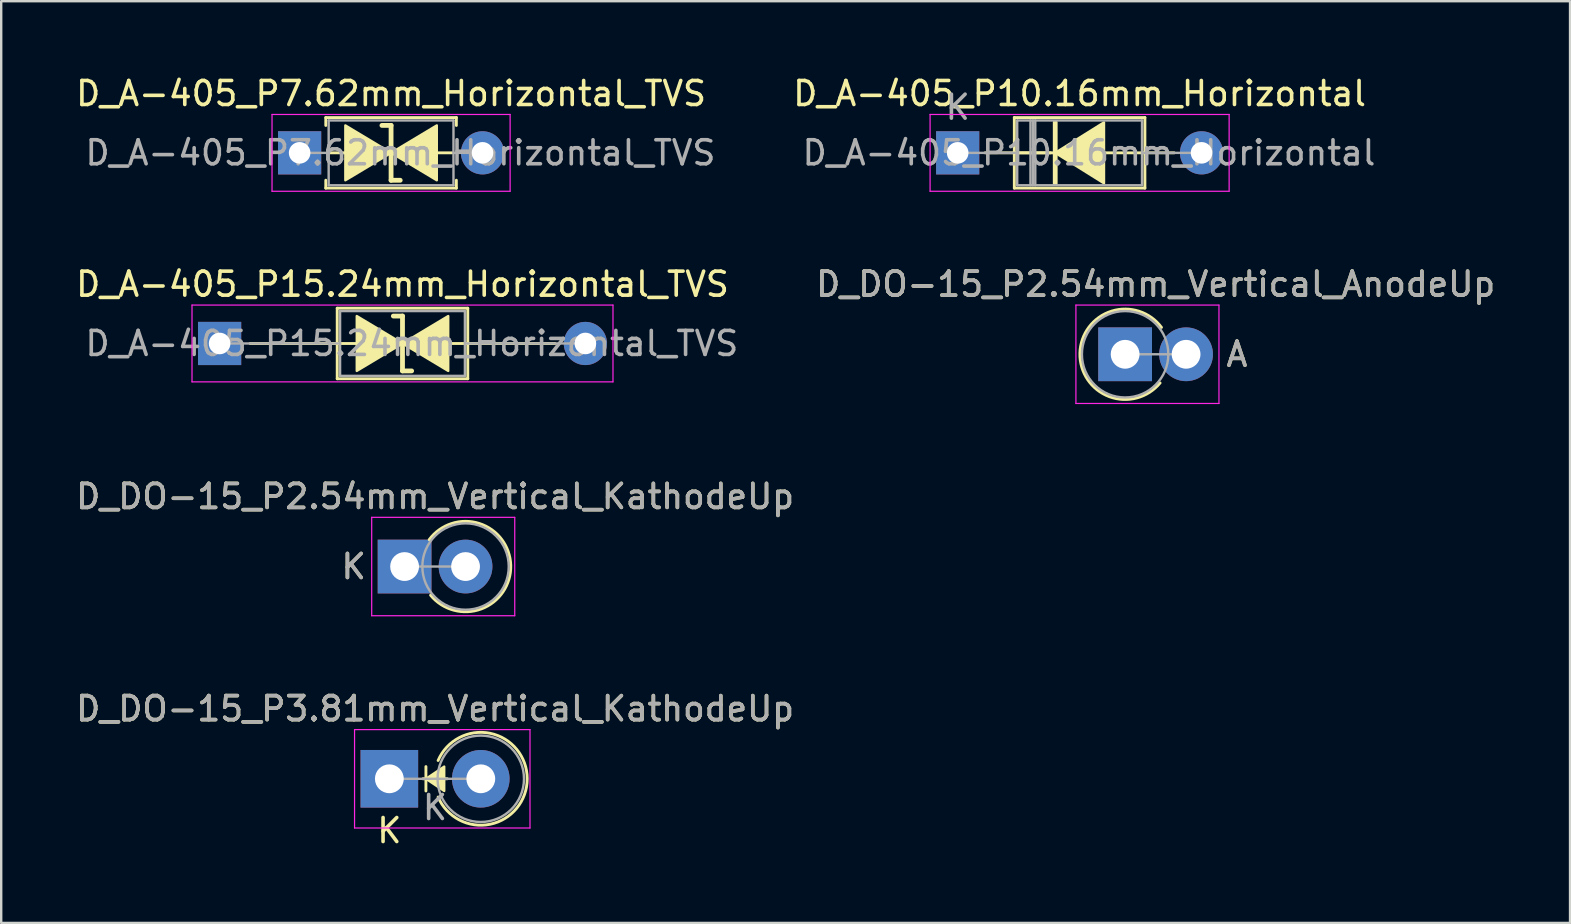
<source format=kicad_pcb>
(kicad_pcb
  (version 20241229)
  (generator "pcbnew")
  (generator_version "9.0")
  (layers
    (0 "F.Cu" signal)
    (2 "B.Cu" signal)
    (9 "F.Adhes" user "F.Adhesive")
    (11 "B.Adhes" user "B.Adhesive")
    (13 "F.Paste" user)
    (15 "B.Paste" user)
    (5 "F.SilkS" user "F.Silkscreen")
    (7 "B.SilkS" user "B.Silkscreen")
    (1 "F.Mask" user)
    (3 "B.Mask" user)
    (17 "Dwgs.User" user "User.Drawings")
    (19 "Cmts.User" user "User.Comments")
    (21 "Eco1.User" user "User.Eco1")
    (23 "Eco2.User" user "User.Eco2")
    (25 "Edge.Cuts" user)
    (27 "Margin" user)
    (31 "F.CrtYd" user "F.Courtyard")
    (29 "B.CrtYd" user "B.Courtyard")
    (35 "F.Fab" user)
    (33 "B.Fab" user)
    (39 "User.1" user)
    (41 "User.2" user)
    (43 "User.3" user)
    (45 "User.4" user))
  (footprint "D_DO-15_P2.54mm_Vertical_AnodeUp"
    (layer "F.Cu")
    (at 43.828 11.711)
    (property "Reference" "D_DO-15_P2.54mm_Vertical_AnodeUp" (at 1.27 -2.92 0) (layer "F.SilkS") (effects (font (size 1 1) (thickness 0.15))))
    (attr through_hole)
    (fp_arc (start 1.456371 1.194732) (mid -1.883124 -0.047368) (end 1.514596 -1.12) (stroke (width 0.12) (type solid)) (layer "F.SilkS"))
    (fp_line (start -2.05 -2.05) (end -2.05 2.05) (stroke (width 0.05) (type solid)) (layer "F.CrtYd"))
    (fp_line (start -2.05 2.05) (end 3.91 2.05) (stroke (width 0.05) (type solid)) (layer "F.CrtYd"))
    (fp_line (start 3.91 -2.05) (end -2.05 -2.05) (stroke (width 0.05) (type solid)) (layer "F.CrtYd"))
    (fp_line (start 3.91 2.05) (end 3.91 -2.05) (stroke (width 0.05) (type solid)) (layer "F.CrtYd"))
    (fp_line (start 0 0) (end 2.54 0) (stroke (width 0.1) (type solid)) (layer "F.Fab"))
    (fp_circle (center 0 0) (end 1.8 0) (stroke (width 0.1) (type solid)) (fill no) (layer "F.Fab"))
    (fp_text user "A" (at 4.66 0 0) (layer "F.SilkS") (effects (font (size 1 1) (thickness 0.15))))
    (fp_text user "A" (at 4.66 0 0) (layer "F.Fab") (effects (font (size 1 1) (thickness 0.15))))
    (fp_text user "${REFERENCE}" (at 1.27 -2.92 0) (layer "F.Fab") (effects (font (size 1 1) (thickness 0.15))))
    (pad "1" thru_hole rect (at 0 0) (size 2.24 2.24) (drill 1.2) (layers "*.Cu" "*.Mask"))
    (pad "2" thru_hole oval (at 2.54 0) (size 2.24 2.24) (drill 1.2) (layers "*.Cu" "*.Mask")))
  (footprint "D_A-405_P10.16mm_Horizontal"
    (layer "F.Cu")
    (at 36.852 3.318)
    (property "Reference" "D_A-405_P10.16mm_Horizontal" (at 5.08 -2.47 0) (layer "F.SilkS") (effects (font (size 1 1) (thickness 0.15))))
    (attr through_hole)
    (fp_line (start 1.14 0) (end 2.36 0) (stroke (width 0.12) (type solid)) (layer "F.SilkS"))
    (fp_line (start 2.36 -1.47) (end 2.36 1.47) (stroke (width 0.12) (type solid)) (layer "F.SilkS"))
    (fp_line (start 2.36 1.47) (end 7.8 1.47) (stroke (width 0.12) (type solid)) (layer "F.SilkS"))
    (fp_line (start 2.54 0) (end 4.064 0) (stroke (width 0.12) (type solid)) (layer "F.SilkS"))
    (fp_line (start 3.87 0) (end 2.36 0) (stroke (width 0.12) (type solid)) (layer "F.SilkS"))
    (fp_line (start 4.064 -1.27) (end 4.064 1.27) (stroke (width 0.2) (type solid)) (layer "F.SilkS"))
    (fp_line (start 7.8 -1.47) (end 2.36 -1.47) (stroke (width 0.12) (type solid)) (layer "F.SilkS"))
    (fp_line (start 7.8 0) (end 6.096 0) (stroke (width 0.12) (type solid)) (layer "F.SilkS"))
    (fp_line (start 7.8 1.47) (end 7.8 -1.47) (stroke (width 0.12) (type solid)) (layer "F.SilkS"))
    (fp_line (start 9.02 0) (end 7.8 0) (stroke (width 0.12) (type solid)) (layer "F.SilkS"))
    (fp_poly (pts (xy 6.096 1.27) (xy 4.064 0) (xy 6.096 -1.27)) (stroke (width 0.1) (type solid)) (fill yes) (layer "F.SilkS"))
    (fp_line (start -1.15 -1.6) (end -1.15 1.6) (stroke (width 0.05) (type solid)) (layer "F.CrtYd"))
    (fp_line (start -1.15 1.6) (end 11.31 1.6) (stroke (width 0.05) (type solid)) (layer "F.CrtYd"))
    (fp_line (start 11.31 -1.6) (end -1.15 -1.6) (stroke (width 0.05) (type solid)) (layer "F.CrtYd"))
    (fp_line (start 11.31 1.6) (end 11.31 -1.6) (stroke (width 0.05) (type solid)) (layer "F.CrtYd"))
    (fp_line (start 0 0) (end 2.48 0) (stroke (width 0.1) (type solid)) (layer "F.Fab"))
    (fp_line (start 2.48 -1.35) (end 2.48 1.35) (stroke (width 0.1) (type solid)) (layer "F.Fab"))
    (fp_line (start 2.48 1.35) (end 7.68 1.35) (stroke (width 0.1) (type solid)) (layer "F.Fab"))
    (fp_line (start 3.033 -1.35) (end 3.033 1.35) (stroke (width 0.1) (type solid)) (layer "F.Fab"))
    (fp_line (start 3.133 -1.35) (end 3.133 1.35) (stroke (width 0.1) (type solid)) (layer "F.Fab"))
    (fp_line (start 3.233 -1.35) (end 3.233 1.35) (stroke (width 0.1) (type solid)) (layer "F.Fab"))
    (fp_line (start 7.68 -1.35) (end 2.48 -1.35) (stroke (width 0.1) (type solid)) (layer "F.Fab"))
    (fp_line (start 7.68 1.35) (end 7.68 -1.35) (stroke (width 0.1) (type solid)) (layer "F.Fab"))
    (fp_line (start 10.16 0) (end 7.68 0) (stroke (width 0.1) (type solid)) (layer "F.Fab"))
    (fp_text user "K" (at 0 -1.9 0) (layer "F.Fab") (effects (font (size 1 1) (thickness 0.15))))
    (fp_text user "${REFERENCE}" (at 5.47 0 0) (layer "F.Fab") (effects (font (size 1 1) (thickness 0.15))))
    (pad "1" thru_hole rect (at 0 0) (size 1.8 1.8) (drill 0.9) (layers "*.Cu" "*.Mask"))
    (pad "2" thru_hole oval (at 10.16 0) (size 1.8 1.8) (drill 0.9) (layers "*.Cu" "*.Mask")))
  (footprint "D_DO-15_P2.54mm_Vertical_KathodeUp"
    (layer "F.Cu")
    (at 13.807 20.555)
    (property "Reference" "D_DO-15_P2.54mm_Vertical_KathodeUp" (at 1.27 -2.92 0) (layer "F.SilkS") (effects (font (size 1 1) (thickness 0.15))))
    (attr through_hole)
    (fp_arc (start 1.025404 -1.12) (mid 4.423124 -0.047368) (end 1.083629 1.194732) (stroke (width 0.12) (type solid)) (layer "F.SilkS"))
    (fp_line (start -1.37 -2.05) (end -1.37 2.05) (stroke (width 0.05) (type solid)) (layer "F.CrtYd"))
    (fp_line (start -1.37 2.05) (end 4.59 2.05) (stroke (width 0.05) (type solid)) (layer "F.CrtYd"))
    (fp_line (start 4.59 -2.05) (end -1.37 -2.05) (stroke (width 0.05) (type solid)) (layer "F.CrtYd"))
    (fp_line (start 4.59 2.05) (end 4.59 -2.05) (stroke (width 0.05) (type solid)) (layer "F.CrtYd"))
    (fp_line (start 0 0) (end 2.54 0) (stroke (width 0.1) (type solid)) (layer "F.Fab"))
    (fp_circle (center 2.54 0) (end 4.34 0) (stroke (width 0.1) (type solid)) (fill no) (layer "F.Fab"))
    (fp_text user "K" (at -2.12 0 0) (layer "F.SilkS") (effects (font (size 1 1) (thickness 0.15))))
    (fp_text user "${REFERENCE}" (at 1.27 -2.92 0) (layer "F.Fab") (effects (font (size 1 1) (thickness 0.15))))
    (fp_text user "K" (at -2.12 0 0) (layer "F.Fab") (effects (font (size 1 1) (thickness 0.15))))
    (pad "1" thru_hole rect (at 0 0) (size 2.24 2.24) (drill 1.2) (layers "*.Cu" "*.Mask"))
    (pad "2" thru_hole oval (at 2.54 0) (size 2.24 2.24) (drill 1.2) (layers "*.Cu" "*.Mask")))
  (footprint "D_A-405_P7.62mm_Horizontal_TVS"
    (layer "F.Cu")
    (at 9.434 3.318)
    (property "Reference" "D_A-405_P7.62mm_Horizontal_TVS" (at 3.81 -2.47 0) (layer "F.SilkS") (effects (font (size 1 1) (thickness 0.15))))
    (attr through_hole)
    (fp_line (start 1.09 -1.47) (end 6.53 -1.47) (stroke (width 0.12) (type solid)) (layer "F.SilkS"))
    (fp_line (start 1.09 -1.14) (end 1.09 -1.47) (stroke (width 0.12) (type solid)) (layer "F.SilkS"))
    (fp_line (start 1.09 1.14) (end 1.09 1.47) (stroke (width 0.12) (type solid)) (layer "F.SilkS"))
    (fp_line (start 1.09 1.47) (end 6.53 1.47) (stroke (width 0.12) (type solid)) (layer "F.SilkS"))
    (fp_line (start 1.27 0) (end 1.905 0) (stroke (width 0.12) (type solid)) (layer "F.SilkS"))
    (fp_line (start 3.81 -1.143) (end 3.429 -1.143) (stroke (width 0.2) (type solid)) (layer "F.SilkS"))
    (fp_line (start 3.81 1.143) (end 3.81 -1.143) (stroke (width 0.2) (type solid)) (layer "F.SilkS"))
    (fp_line (start 4.191 1.143) (end 3.81 1.143) (stroke (width 0.2) (type solid)) (layer "F.SilkS"))
    (fp_line (start 6.35 0) (end 5.715 0) (stroke (width 0.12) (type solid)) (layer "F.SilkS"))
    (fp_line (start 6.53 -1.47) (end 6.53 -1.14) (stroke (width 0.12) (type solid)) (layer "F.SilkS"))
    (fp_line (start 6.53 1.47) (end 6.53 1.14) (stroke (width 0.12) (type solid)) (layer "F.SilkS"))
    (fp_poly (pts (xy 3.81 0) (xy 1.905 1.143) (xy 1.905 -1.143)) (stroke (width 0.1) (type solid)) (fill yes) (layer "F.SilkS"))
    (fp_poly (pts (xy 3.81 0) (xy 5.715 -1.143) (xy 5.715 1.143)) (stroke (width 0.1) (type solid)) (fill yes) (layer "F.SilkS"))
    (fp_line (start -1.15 -1.6) (end -1.15 1.6) (stroke (width 0.05) (type solid)) (layer "F.CrtYd"))
    (fp_line (start -1.15 1.6) (end 8.77 1.6) (stroke (width 0.05) (type solid)) (layer "F.CrtYd"))
    (fp_line (start 8.77 -1.6) (end -1.15 -1.6) (stroke (width 0.05) (type solid)) (layer "F.CrtYd"))
    (fp_line (start 8.77 1.6) (end 8.77 -1.6) (stroke (width 0.05) (type solid)) (layer "F.CrtYd"))
    (fp_line (start 0 0) (end 1.21 0) (stroke (width 0.1) (type solid)) (layer "F.Fab"))
    (fp_line (start 1.21 -1.35) (end 1.21 1.35) (stroke (width 0.1) (type solid)) (layer "F.Fab"))
    (fp_line (start 1.21 1.35) (end 6.41 1.35) (stroke (width 0.1) (type solid)) (layer "F.Fab"))
    (fp_line (start 6.41 -1.35) (end 1.21 -1.35) (stroke (width 0.1) (type solid)) (layer "F.Fab"))
    (fp_line (start 6.41 1.35) (end 6.41 -1.35) (stroke (width 0.1) (type solid)) (layer "F.Fab"))
    (fp_line (start 7.62 0) (end 6.41 0) (stroke (width 0.1) (type solid)) (layer "F.Fab"))
    (fp_text user "${REFERENCE}" (at 4.2 0 0) (layer "F.Fab") (effects (font (size 1 1) (thickness 0.15))))
    (pad "1" thru_hole rect (at 0 0) (size 1.8 1.8) (drill 0.9) (layers "*.Cu" "*.Mask"))
    (pad "2" thru_hole oval (at 7.62 0) (size 1.8 1.8) (drill 0.9) (layers "*.Cu" "*.Mask")))
  (footprint "D_A-405_P15.24mm_Horizontal_TVS"
    (layer "F.Cu")
    (at 6.1 11.261)
    (property "Reference" "D_A-405_P15.24mm_Horizontal_TVS" (at 7.62 -2.47 0) (layer "F.SilkS") (effects (font (size 1 1) (thickness 0.15))))
    (attr through_hole)
    (fp_line (start 1.27 0) (end 4.9 0) (stroke (width 0.12) (type solid)) (layer "F.SilkS"))
    (fp_line (start 4.9 -1.47) (end 4.9 1.47) (stroke (width 0.12) (type solid)) (layer "F.SilkS"))
    (fp_line (start 4.9 0) (end 5.715 0) (stroke (width 0.12) (type solid)) (layer "F.SilkS"))
    (fp_line (start 4.9 1.47) (end 10.34 1.47) (stroke (width 0.12) (type solid)) (layer "F.SilkS"))
    (fp_line (start 7.62 -1.143) (end 7.239 -1.143) (stroke (width 0.2) (type solid)) (layer "F.SilkS"))
    (fp_line (start 7.62 1.143) (end 7.62 -1.143) (stroke (width 0.2) (type solid)) (layer "F.SilkS"))
    (fp_line (start 8.001 1.143) (end 7.62 1.143) (stroke (width 0.2) (type solid)) (layer "F.SilkS"))
    (fp_line (start 10.34 -1.47) (end 4.9 -1.47) (stroke (width 0.12) (type solid)) (layer "F.SilkS"))
    (fp_line (start 10.34 0) (end 9.525 0) (stroke (width 0.12) (type solid)) (layer "F.SilkS"))
    (fp_line (start 10.34 1.47) (end 10.34 -1.47) (stroke (width 0.12) (type solid)) (layer "F.SilkS"))
    (fp_line (start 13.97 0) (end 10.34 0) (stroke (width 0.12) (type solid)) (layer "F.SilkS"))
    (fp_poly (pts (xy 7.62 0) (xy 5.715 1.143) (xy 5.715 -1.143)) (stroke (width 0.1) (type solid)) (fill yes) (layer "F.SilkS"))
    (fp_poly (pts (xy 7.62 0) (xy 9.525 -1.143) (xy 9.525 1.143)) (stroke (width 0.1) (type solid)) (fill yes) (layer "F.SilkS"))
    (fp_line (start -1.15 -1.6) (end -1.15 1.6) (stroke (width 0.05) (type solid)) (layer "F.CrtYd"))
    (fp_line (start -1.15 1.6) (end 16.39 1.6) (stroke (width 0.05) (type solid)) (layer "F.CrtYd"))
    (fp_line (start 16.39 -1.6) (end -1.15 -1.6) (stroke (width 0.05) (type solid)) (layer "F.CrtYd"))
    (fp_line (start 16.39 1.6) (end 16.39 -1.6) (stroke (width 0.05) (type solid)) (layer "F.CrtYd"))
    (fp_line (start 0 0) (end 5.02 0) (stroke (width 0.1) (type solid)) (layer "F.Fab"))
    (fp_line (start 5.02 -1.35) (end 5.02 1.35) (stroke (width 0.1) (type solid)) (layer "F.Fab"))
    (fp_line (start 5.02 1.35) (end 10.22 1.35) (stroke (width 0.1) (type solid)) (layer "F.Fab"))
    (fp_line (start 10.22 -1.35) (end 5.02 -1.35) (stroke (width 0.1) (type solid)) (layer "F.Fab"))
    (fp_line (start 10.22 1.35) (end 10.22 -1.35) (stroke (width 0.1) (type solid)) (layer "F.Fab"))
    (fp_line (start 15.24 0) (end 10.22 0) (stroke (width 0.1) (type solid)) (layer "F.Fab"))
    (fp_text user "${REFERENCE}" (at 8.01 0 0) (layer "F.Fab") (effects (font (size 1 1) (thickness 0.15))))
    (pad "1" thru_hole rect (at 0 0) (size 1.8 1.8) (drill 0.9) (layers "*.Cu" "*.Mask"))
    (pad "2" thru_hole oval (at 15.24 0) (size 1.8 1.8) (drill 0.9) (layers "*.Cu" "*.Mask")))
  (footprint "D_DO-15_P3.81mm_Vertical_KathodeUp"
    (layer "F.Cu")
    (at 13.172 29.398)
    (property "Reference" "D_DO-15_P3.81mm_Vertical_KathodeUp" (at 1.905 -2.92 0) (layer "F.SilkS") (effects (font (size 1 1) (thickness 0.15))))
    (attr through_hole)
    (fp_line (start 1.397 0) (end 2.413 0) (stroke (width 0.12) (type solid)) (layer "F.SilkS"))
    (fp_line (start 1.524 0.508) (end 1.524 -0.508) (stroke (width 0.12) (type solid)) (layer "F.SilkS"))
    (fp_arc (start 2.032001 -0.762) (mid 5.744404 0.000002) (end 2.032 0.762) (stroke (width 0.12) (type solid)) (layer "F.SilkS"))
    (fp_poly (pts (xy 2.286 0.508) (xy 1.524 0) (xy 2.286 -0.508)) (stroke (width 0.1) (type solid)) (fill yes) (layer "F.SilkS"))
    (fp_line (start -1.45 -2.05) (end -1.45 2.05) (stroke (width 0.05) (type solid)) (layer "F.CrtYd"))
    (fp_line (start -1.45 2.05) (end 5.86 2.05) (stroke (width 0.05) (type solid)) (layer "F.CrtYd"))
    (fp_line (start 5.86 -2.05) (end -1.45 -2.05) (stroke (width 0.05) (type solid)) (layer "F.CrtYd"))
    (fp_line (start 5.86 2.05) (end 5.86 -2.05) (stroke (width 0.05) (type solid)) (layer "F.CrtYd"))
    (fp_line (start 0 0) (end 3.81 0) (stroke (width 0.1) (type solid)) (layer "F.Fab"))
    (fp_circle (center 3.81 0) (end 5.61 0) (stroke (width 0.1) (type solid)) (fill no) (layer "F.Fab"))
    (fp_text user "K" (at 0 2.159 0) (layer "F.SilkS") (effects (font (size 1 1) (thickness 0.15))))
    (fp_text user "${REFERENCE}" (at 1.905 -2.92 0) (layer "F.Fab") (effects (font (size 1 1) (thickness 0.15))))
    (fp_text user "K" (at 1.9 1.2 0) (layer "F.Fab") (effects (font (size 1 1) (thickness 0.15))))
    (pad "1" thru_hole rect (at 0 0) (size 2.4 2.4) (drill 1.2) (layers "*.Cu" "*.Mask"))
    (pad "2" thru_hole oval (at 3.81 0) (size 2.4 2.4) (drill 1.2) (layers "*.Cu" "*.Mask")))
  (gr_rect
    (start -3 -3)
    (end 62.366 35.405)
    (stroke (width 0.1) (type default))
    (fill no)
    (layer "Edge.Cuts")))
</source>
